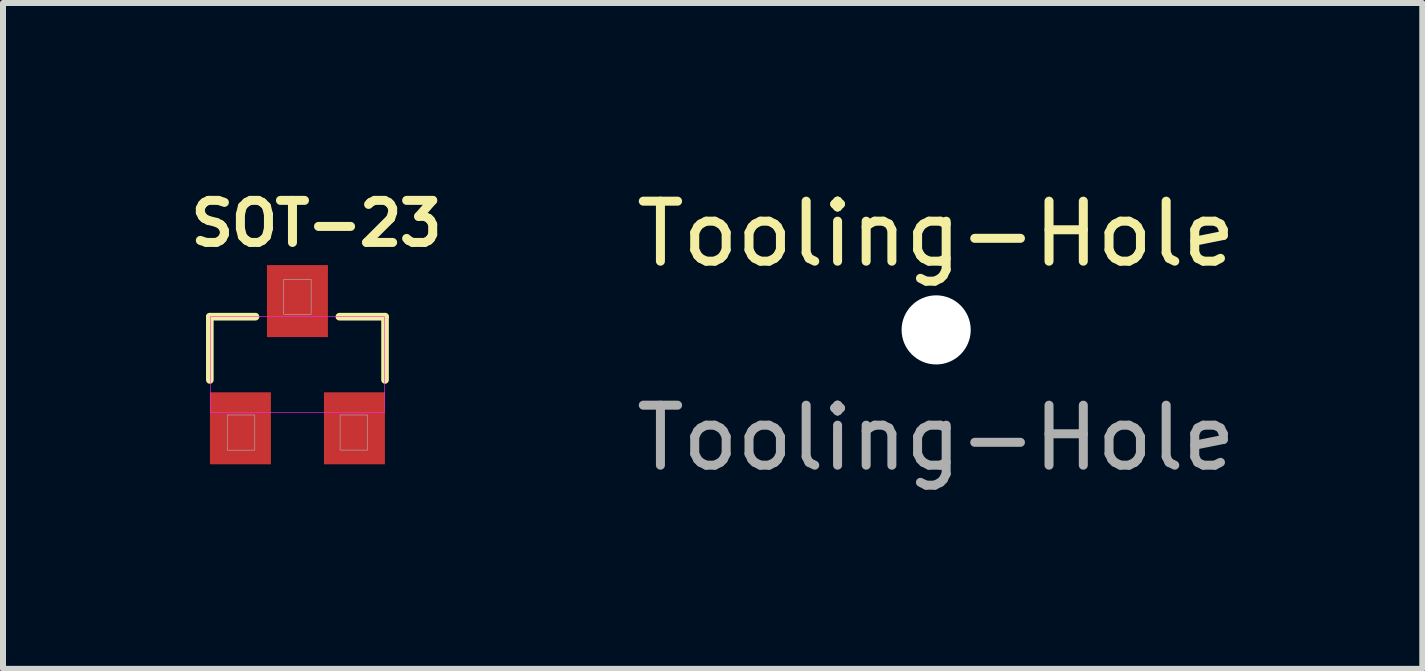
<source format=kicad_pcb>
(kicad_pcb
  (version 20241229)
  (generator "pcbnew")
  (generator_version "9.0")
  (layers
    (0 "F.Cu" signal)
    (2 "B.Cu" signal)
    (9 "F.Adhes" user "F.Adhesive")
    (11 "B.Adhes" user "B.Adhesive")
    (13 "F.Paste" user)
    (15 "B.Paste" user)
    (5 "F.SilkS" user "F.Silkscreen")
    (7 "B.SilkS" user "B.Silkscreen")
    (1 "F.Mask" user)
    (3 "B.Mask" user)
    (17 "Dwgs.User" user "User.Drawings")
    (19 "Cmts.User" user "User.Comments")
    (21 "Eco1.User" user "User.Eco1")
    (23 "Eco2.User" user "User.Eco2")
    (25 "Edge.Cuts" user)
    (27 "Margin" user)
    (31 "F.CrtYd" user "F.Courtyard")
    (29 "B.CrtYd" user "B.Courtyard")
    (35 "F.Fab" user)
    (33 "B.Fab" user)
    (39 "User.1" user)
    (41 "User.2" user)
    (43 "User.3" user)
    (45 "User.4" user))
  (footprint "Tooling-Hole"
    (layer "F.Cu")
    (at 12.552 2.448)
    (property "Reference" "Tooling-Hole" (at 0 -1.6 0) (unlocked yes) (layer "F.SilkS") (effects (font (size 1 1) (thickness 0.15))))
    (attr through_hole)
    (fp_text user "${REFERENCE}" (at 0 1.8 0) (unlocked yes) (layer "F.Fab") (effects (font (size 1 1) (thickness 0.15))))
    (pad "" np_thru_hole circle (at 0 0) (size 1.152 1.152) (drill 1.152) (layers "*.Cu" "*.Mask")))
  (footprint "SOT-23"
    (layer "F.Cu")
    (at 1.907 3.028)
    (property "Reference" "SOT-23" (at 0.318 -2.354 0) (layer "F.SilkS") (effects (font (size 0.701 0.701) (thickness 0.15))))
    (attr through_hole)
    (fp_line (start -1.46 -0.8) (end -1.46 0.254) (stroke (width 0.127) (type solid)) (layer "F.SilkS"))
    (fp_line (start -0.699 -0.8) (end -1.46 -0.8) (stroke (width 0.127) (type solid)) (layer "F.SilkS"))
    (fp_line (start 1.46 -0.8) (end 0.699 -0.8) (stroke (width 0.127) (type solid)) (layer "F.SilkS"))
    (fp_line (start 1.46 0.254) (end 1.46 -0.8) (stroke (width 0.127) (type solid)) (layer "F.SilkS"))
    (fp_poly (pts (xy -1.45 -0.8) (xy 1.45 -0.8) (xy 1.45 0.8) (xy -1.45 0.8)) (stroke (width 0.01) (type solid)) (fill no) (layer "F.CrtYd"))
    (fp_poly (pts (xy -1.169 0.838) (xy -0.711 0.838) (xy -0.711 1.424) (xy -1.169 1.424)) (stroke (width 0.01) (type solid)) (fill no) (layer "F.Fab"))
    (fp_poly (pts (xy -0.229 -1.422) (xy 0.229 -1.422) (xy 0.229 -0.838) (xy -0.229 -0.838)) (stroke (width 0.01) (type solid)) (fill no) (layer "F.Fab"))
    (fp_poly (pts (xy 0.711 0.838) (xy 1.168 0.838) (xy 1.168 1.423) (xy 0.711 1.423)) (stroke (width 0.01) (type solid)) (fill no) (layer "F.Fab"))
    (pad "1" smd rect (at -0.95 1.06 180) (size 1.016 1.2) (layers "F.Cu" "F.Mask" "F.Paste"))
    (pad "2" smd rect (at 0.95 1.06) (size 1.016 1.2) (layers "F.Cu" "F.Mask" "F.Paste"))
    (pad "3" smd rect (at 0 -1.06) (size 1.016 1.2) (layers "F.Cu" "F.Mask" "F.Paste")))
  (gr_rect
    (start -3 -3)
    (end 20.654 8.097)
    (stroke (width 0.1) (type default))
    (fill no)
    (layer "Edge.Cuts")))
</source>
